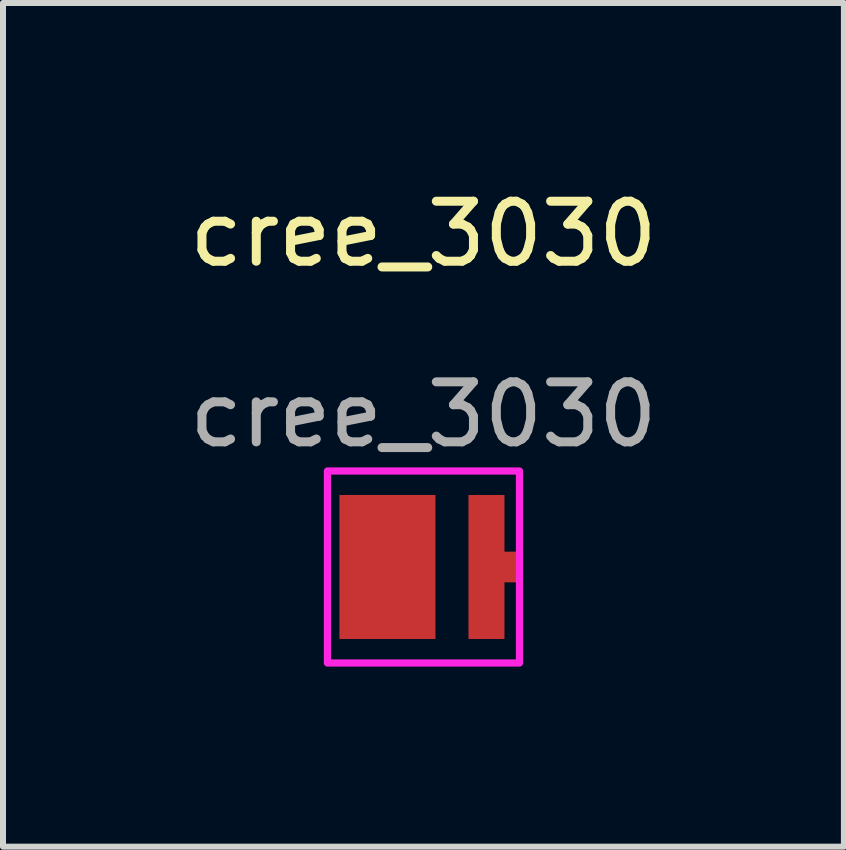
<source format=kicad_pcb>
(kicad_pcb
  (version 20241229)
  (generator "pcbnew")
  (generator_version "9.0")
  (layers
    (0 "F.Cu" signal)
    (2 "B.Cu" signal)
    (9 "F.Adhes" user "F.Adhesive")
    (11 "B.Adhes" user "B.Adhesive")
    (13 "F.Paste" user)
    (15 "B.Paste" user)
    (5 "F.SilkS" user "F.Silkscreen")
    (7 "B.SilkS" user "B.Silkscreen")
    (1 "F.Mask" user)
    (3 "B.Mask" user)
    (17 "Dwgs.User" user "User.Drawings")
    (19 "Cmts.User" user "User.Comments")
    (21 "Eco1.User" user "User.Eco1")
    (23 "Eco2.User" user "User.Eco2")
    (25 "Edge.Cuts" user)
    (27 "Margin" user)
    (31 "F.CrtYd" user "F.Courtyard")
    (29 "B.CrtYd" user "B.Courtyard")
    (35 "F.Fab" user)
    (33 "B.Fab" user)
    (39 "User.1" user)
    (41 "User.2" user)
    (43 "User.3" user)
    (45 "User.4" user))
  (footprint "cree_3030"
    (layer "F.Cu")
    (at 4.006 6.398)
    (property "Reference" "cree_3030" (at 0 -5.55 0) (unlocked yes) (layer "F.SilkS") (effects (font (size 1 1) (thickness 0.15))))
    (attr smd)
    (fp_rect (start -1.6 -1.6) (end 1.6 1.6) (stroke (width 0.12) (type default)) (fill no) (layer "F.CrtYd"))
    (fp_text user "${REFERENCE}" (at 0 -2.54 0) (unlocked yes) (layer "F.Fab") (effects (font (size 1 1) (thickness 0.15))))
    (pad "1" smd rect (at -0.6 0) (size 1.6 2.4) (layers "F.Cu" "F.Mask" "F.Paste"))
    (pad "2" smd custom (at 1.05 0) (size 0.6 2.4) (layers "F.Cu" "F.Mask" "F.Paste") (options (anchor rect)) (primitives (gr_poly (pts (xy 0.3 0.25) (xy 0.3 -0.25) (xy 0.6 -0.25) (xy 0.6 0.25)) (width 0.01) (fill yes)))))
  (gr_rect
    (start -3 -3)
    (end 11.012 11.058)
    (stroke (width 0.1) (type default))
    (fill no)
    (layer "Edge.Cuts")))
</source>
